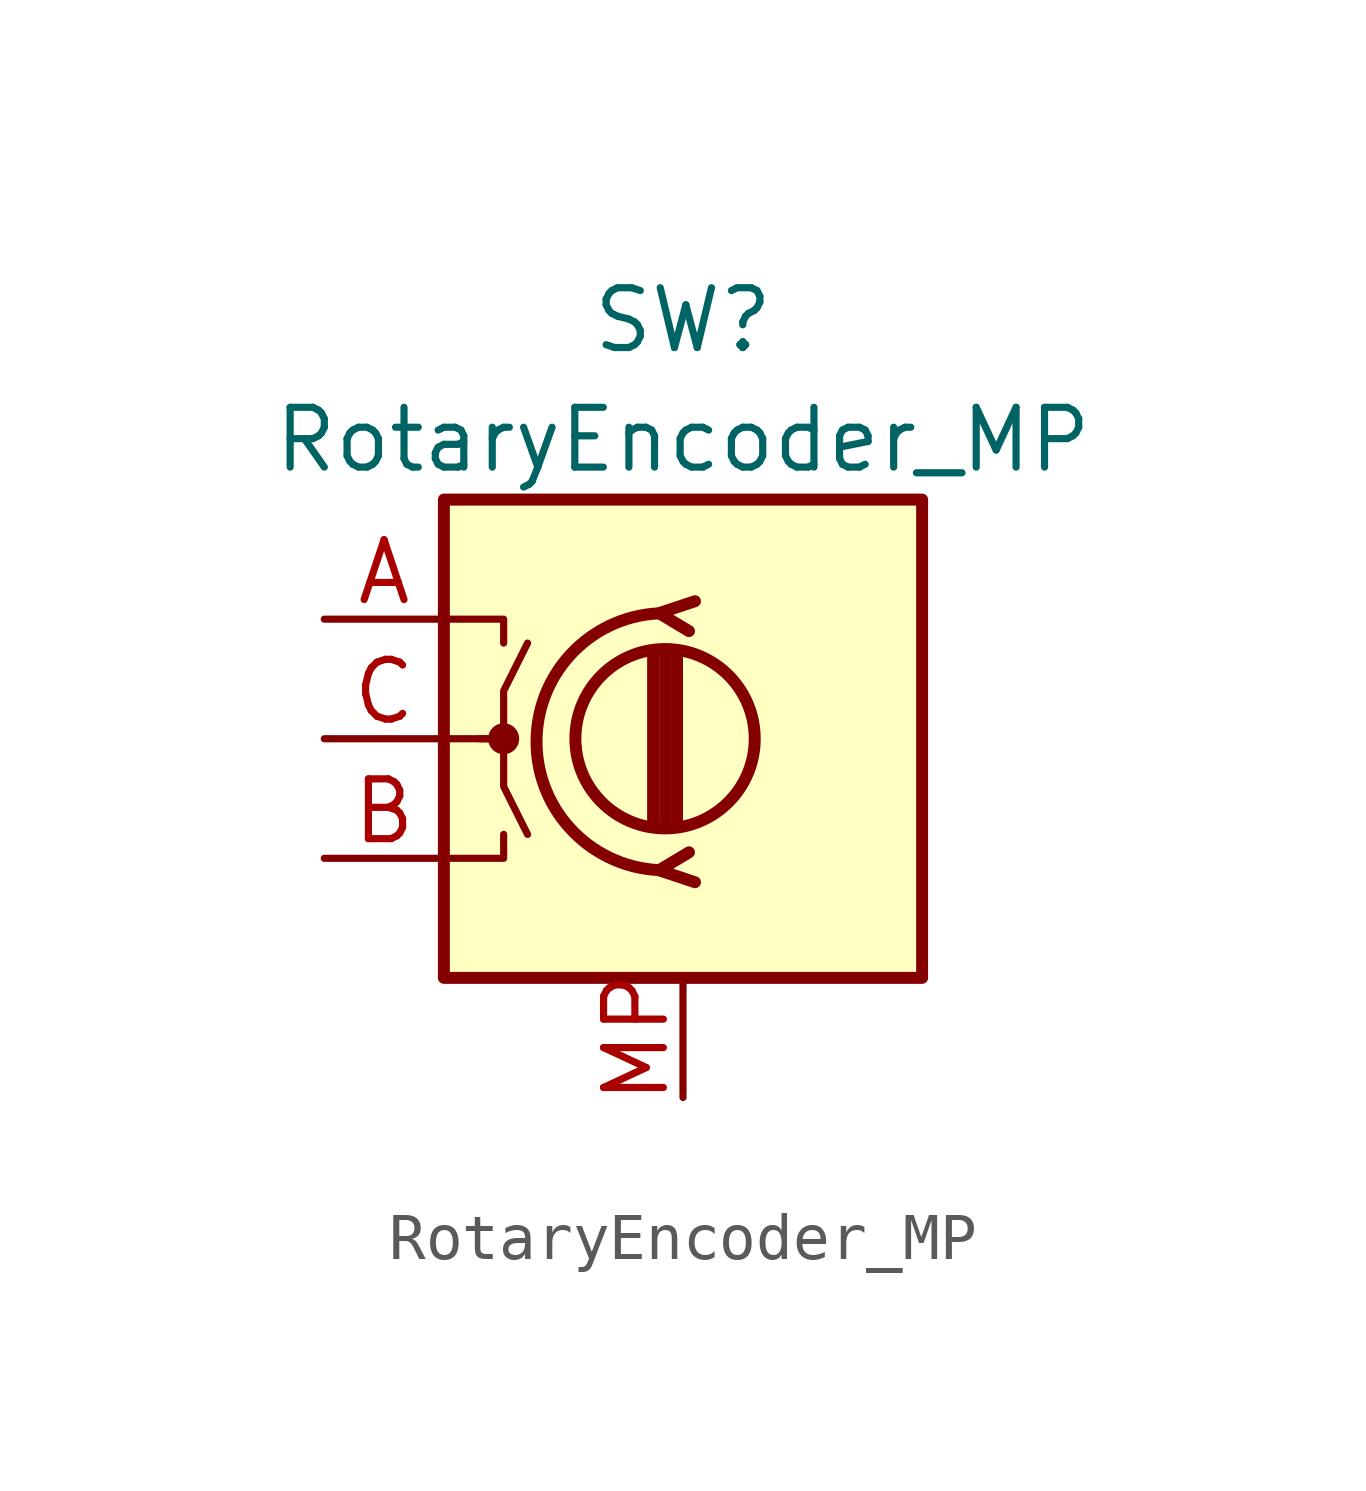
<source format=kicad_sym>
(kicad_symbol_lib
  (version 20241209)
  (generator "kicad_symbol_editor")
  (generator_version "9.0")
  (symbol "RotaryEncoder_MP"
    (pin_names
      (offset 0.254)
      (hide yes))
    (property "Reference" "SW"
      (at 0 8.89 0)
      (effects (font (size 1.27 1.27))))
    (property "Value" "RotaryEncoder_MP"
      (at 0 6.35 0)
      (effects (font (size 1.27 1.27))))
    (symbol "RotaryEncoder_MP_0_1"
      (rectangle (start -5.08 5.08) (end 5.08 -5.08) (stroke (width 0.254) (type default)) (fill (type background)))
      (polyline (pts (xy -5.08 2.54) (xy -3.81 2.54) (xy -3.81 2.032)) (stroke (width 0) (type default)) (fill (type none)))
      (polyline (pts (xy -5.08 0) (xy -3.81 0) (xy -3.81 -1.016) (xy -3.302 -2.032)) (stroke (width 0) (type default)) (fill (type none)))
      (polyline (pts (xy -5.08 -2.54) (xy -3.81 -2.54) (xy -3.81 -2.032)) (stroke (width 0) (type default)) (fill (type none)))
      (polyline (pts (xy -4.318 0) (xy -3.81 0) (xy -3.81 1.016) (xy -3.302 2.032)) (stroke (width 0) (type default)) (fill (type none)))
      (circle (center -3.81 0) (radius 0.254) (stroke (width 0) (type default)) (fill (type outline)))
      (polyline (pts (xy -0.635 -1.778) (xy -0.635 1.778)) (stroke (width 0.254) (type default)) (fill (type none)))
      (circle (center -0.381 0) (radius 1.905) (stroke (width 0.254) (type default)) (fill (type none)))
      (polyline (pts (xy -0.381 -1.778) (xy -0.381 1.778)) (stroke (width 0.254) (type default)) (fill (type none)))
      (arc (start -0.381 -2.794) (mid -3.0988 -0.0635) (end -0.381 2.667) (stroke (width 0.254) (type default)) (fill (type none)))
      (polyline (pts (xy -0.127 1.778) (xy -0.127 -1.778)) (stroke (width 0.254) (type default)) (fill (type none)))
      (polyline (pts (xy 0.254 2.921) (xy -0.508 2.667) (xy 0.127 2.286)) (stroke (width 0.254) (type default)) (fill (type none)))
      (polyline (pts (xy 0.254 -3.048) (xy -0.508 -2.794) (xy 0.127 -2.413)) (stroke (width 0.254) (type default)) (fill (type none))))
    (symbol "RotaryEncoder_MP_1_1"
      (pin passive line (at -7.62 2.54 0) (length 2.54) (name "A" (effects (font (size 1.27 1.27)))) (number "A" (effects (font (size 1.27 1.27)))))
      (pin passive line (at -7.62 0 0) (length 2.54) (name "C" (effects (font (size 1.27 1.27)))) (number "C" (effects (font (size 1.27 1.27)))))
      (pin passive line (at -7.62 -2.54 0) (length 2.54) (name "B" (effects (font (size 1.27 1.27)))) (number "B" (effects (font (size 1.27 1.27)))))
      (pin passive line (at 0 -7.62 90) (length 2.54) (name "MP" (effects (font (size 1.27 1.27)))) (number "MP" (effects (font (size 1.27 1.27))))))))
</source>
